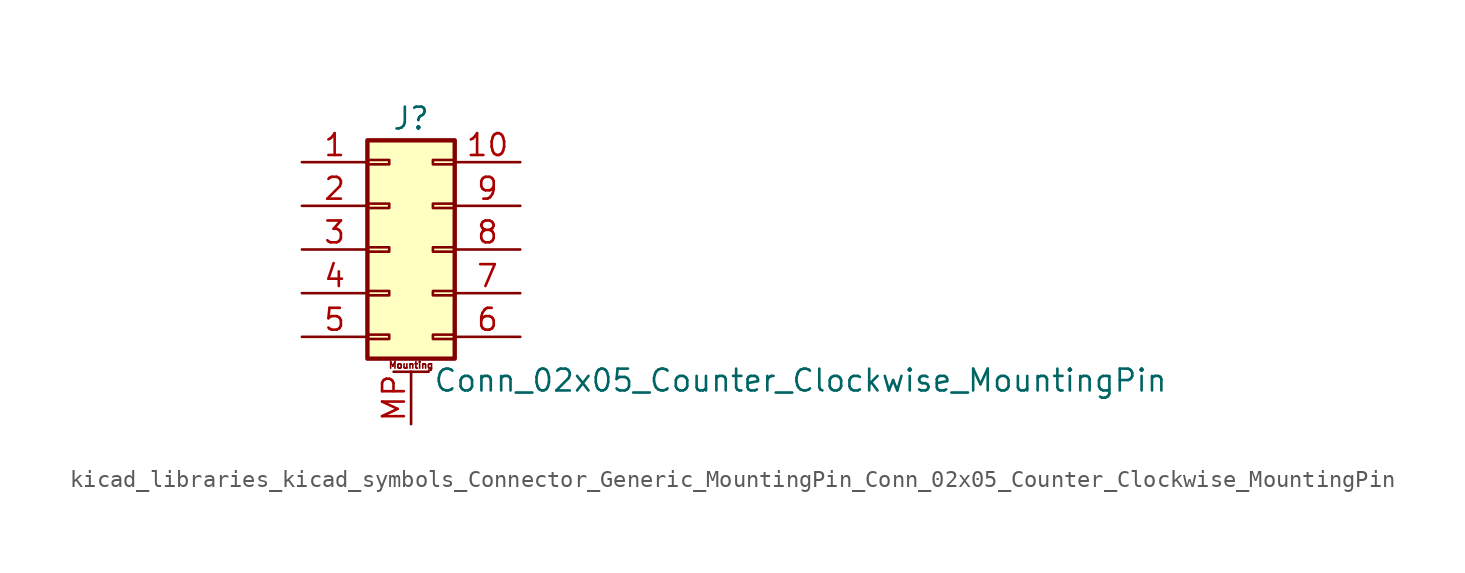
<source format=kicad_sym>
(kicad_symbol_lib
  (version 20220914)
  (generator kicad_symbol_editor)
  (symbol "kicad_libraries_kicad_symbols_Connector_Generic_MountingPin_Conn_02x05_Counter_Clockwise_MountingPin"
    (pin_names
      (offset 1.016) hide)
    (property "Reference" "J"
      (at 1.27 7.62 0)
      (effects (font (size 1.27 1.27))))
    (property "Value" "Conn_02x05_Counter_Clockwise_MountingPin"
      (at 2.54 -7.62 0)
      (effects (font (size 1.27 1.27)) (justify left)))
    (symbol "kicad_libraries_kicad_symbols_Connector_Generic_MountingPin_Conn_02x05_Counter_Clockwise_MountingPin_1_1"
      (rectangle (start -1.27 -4.953) (end 0 -5.207) (stroke (width 0.152) (type default)) (fill (type none)))
      (rectangle (start -1.27 -2.413) (end 0 -2.667) (stroke (width 0.152) (type default)) (fill (type none)))
      (rectangle (start -1.27 0.127) (end 0 -0.127) (stroke (width 0.152) (type default)) (fill (type none)))
      (rectangle (start -1.27 2.667) (end 0 2.413) (stroke (width 0.152) (type default)) (fill (type none)))
      (rectangle (start -1.27 5.207) (end 0 4.953) (stroke (width 0.152) (type default)) (fill (type none)))
      (rectangle (start -1.27 6.35) (end 3.81 -6.35) (stroke (width 0.254) (type default)) (fill (type background)))
      (polyline (pts (xy 0.254 -7.112) (xy 2.286 -7.112)) (stroke (width 0.152) (type default)) (fill (type none)))
      (rectangle (start 3.81 -4.953) (end 2.54 -5.207) (stroke (width 0.152) (type default)) (fill (type none)))
      (rectangle (start 3.81 -2.413) (end 2.54 -2.667) (stroke (width 0.152) (type default)) (fill (type none)))
      (rectangle (start 3.81 0.127) (end 2.54 -0.127) (stroke (width 0.152) (type default)) (fill (type none)))
      (rectangle (start 3.81 2.667) (end 2.54 2.413) (stroke (width 0.152) (type default)) (fill (type none)))
      (rectangle (start 3.81 5.207) (end 2.54 4.953) (stroke (width 0.152) (type default)) (fill (type none)))
      (text "Mounting" (at 1.27 -6.731 0) (effects (font (size 0.381 0.381))))
      (pin passive line (at -5.08 5.08 0) (length 3.81) (name "Pin_1" (effects (font (size 1.27 1.27)))) (number "1" (effects (font (size 1.27 1.27)))))
      (pin passive line (at 7.62 5.08 180) (length 3.81) (name "Pin_10" (effects (font (size 1.27 1.27)))) (number "10" (effects (font (size 1.27 1.27)))))
      (pin passive line (at -5.08 2.54 0) (length 3.81) (name "Pin_2" (effects (font (size 1.27 1.27)))) (number "2" (effects (font (size 1.27 1.27)))))
      (pin passive line (at -5.08 0 0) (length 3.81) (name "Pin_3" (effects (font (size 1.27 1.27)))) (number "3" (effects (font (size 1.27 1.27)))))
      (pin passive line (at -5.08 -2.54 0) (length 3.81) (name "Pin_4" (effects (font (size 1.27 1.27)))) (number "4" (effects (font (size 1.27 1.27)))))
      (pin passive line (at -5.08 -5.08 0) (length 3.81) (name "Pin_5" (effects (font (size 1.27 1.27)))) (number "5" (effects (font (size 1.27 1.27)))))
      (pin passive line (at 7.62 -5.08 180) (length 3.81) (name "Pin_6" (effects (font (size 1.27 1.27)))) (number "6" (effects (font (size 1.27 1.27)))))
      (pin passive line (at 7.62 -2.54 180) (length 3.81) (name "Pin_7" (effects (font (size 1.27 1.27)))) (number "7" (effects (font (size 1.27 1.27)))))
      (pin passive line (at 7.62 0 180) (length 3.81) (name "Pin_8" (effects (font (size 1.27 1.27)))) (number "8" (effects (font (size 1.27 1.27)))))
      (pin passive line (at 7.62 2.54 180) (length 3.81) (name "Pin_9" (effects (font (size 1.27 1.27)))) (number "9" (effects (font (size 1.27 1.27)))))
      (pin passive line (at 1.27 -10.16 90) (length 3.048) (name "MountPin" (effects (font (size 1.27 1.27)))) (number "MP" (effects (font (size 1.27 1.27))))))))
</source>
